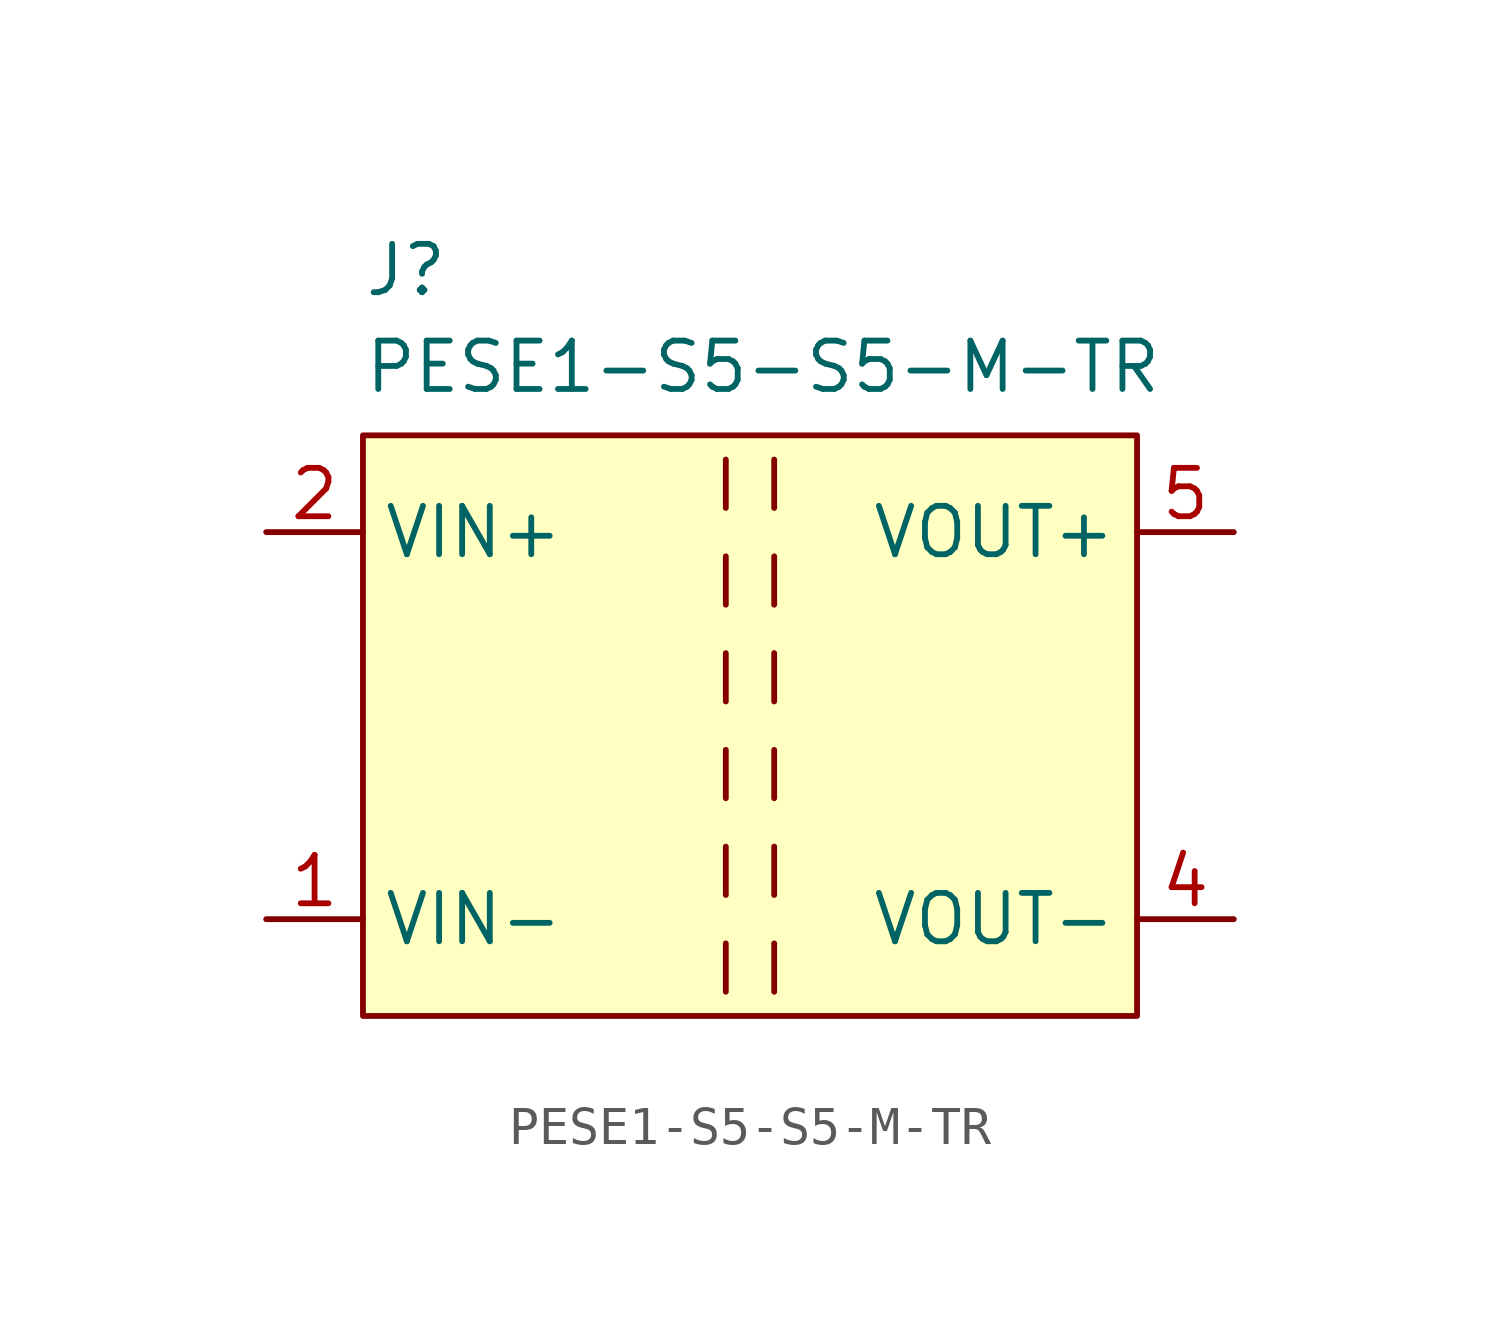
<source format=kicad_sym>
(kicad_symbol_lib
  (version 20220914)
  (generator kicad_symbol_editor)
  (symbol "PESE1-S5-S5-M-TR"
    (property "Reference" "J"
      (at -10.16 12.7 0)
      (effects (font (size 1.27 1.27)) (justify left top)))
    (property "Value" "PESE1-S5-S5-M-TR"
      (at -10.16 10.16 0)
      (effects (font (size 1.27 1.27)) (justify left top)))
    (symbol "PESE1-S5-S5-M-TR_0_1"
      (rectangle (start -10.16 7.62) (end 10.16 -7.62) (stroke (width 0) (type default)) (fill (type background)))
      (polyline (pts (xy -0.635 6.985) (xy -0.635 5.715)) (stroke (width 0) (type default)) (fill (type none))))
    (symbol "PESE1-S5-S5-M-TR_1_1"
      (polyline (pts (xy -0.635 -5.715) (xy -0.635 -6.985)) (stroke (width 0) (type default)) (fill (type none)))
      (polyline (pts (xy -0.635 -3.175) (xy -0.635 -4.445)) (stroke (width 0) (type default)) (fill (type none)))
      (polyline (pts (xy -0.635 -0.635) (xy -0.635 -1.905)) (stroke (width 0) (type default)) (fill (type none)))
      (polyline (pts (xy -0.635 1.905) (xy -0.635 0.635)) (stroke (width 0) (type default)) (fill (type none)))
      (polyline (pts (xy -0.635 4.445) (xy -0.635 3.175)) (stroke (width 0) (type default)) (fill (type none)))
      (polyline (pts (xy 0.635 -5.715) (xy 0.635 -6.985)) (stroke (width 0) (type default)) (fill (type none)))
      (polyline (pts (xy 0.635 -3.175) (xy 0.635 -4.445)) (stroke (width 0) (type default)) (fill (type none)))
      (polyline (pts (xy 0.635 -0.635) (xy 0.635 -1.905)) (stroke (width 0) (type default)) (fill (type none)))
      (polyline (pts (xy 0.635 1.905) (xy 0.635 0.635)) (stroke (width 0) (type default)) (fill (type none)))
      (polyline (pts (xy 0.635 4.445) (xy 0.635 3.175)) (stroke (width 0) (type default)) (fill (type none)))
      (polyline (pts (xy 0.635 6.985) (xy 0.635 5.715)) (stroke (width 0) (type default)) (fill (type none)))
      (pin power_in line (at -12.7 -5.08 0) (length 2.54) (name "VIN-" (effects (font (size 1.27 1.27)))) (number "1" (effects (font (size 1.27 1.27)))))
      (pin power_in line (at -12.7 5.08 0) (length 2.54) (name "VIN+" (effects (font (size 1.27 1.27)))) (number "2" (effects (font (size 1.27 1.27)))))
      (pin power_out line (at 12.7 -5.08 180) (length 2.54) (name "VOUT-" (effects (font (size 1.27 1.27)))) (number "4" (effects (font (size 1.27 1.27)))))
      (pin power_out line (at 12.7 5.08 180) (length 2.54) (name "VOUT+" (effects (font (size 1.27 1.27)))) (number "5" (effects (font (size 1.27 1.27)))))
      (pin no_connect line (at 12.7 0 180) (length 2.54) hide (name "NC" (effects (font (size 1.27 1.27)))) (number "8" (effects (font (size 1.27 1.27))))))))
</source>
